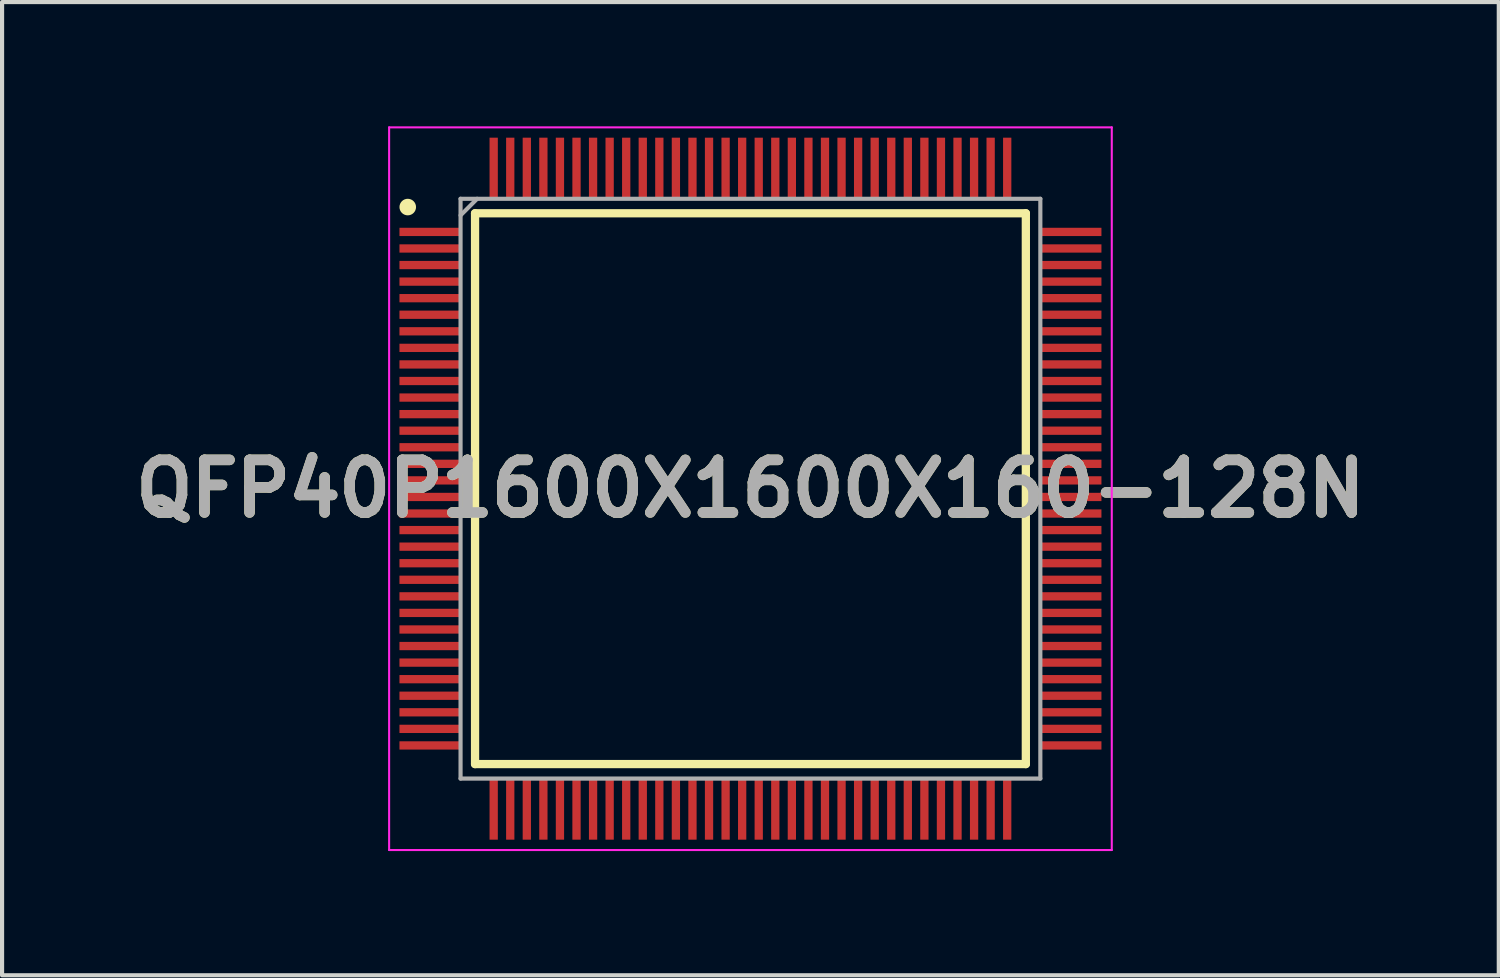
<source format=kicad_pcb>
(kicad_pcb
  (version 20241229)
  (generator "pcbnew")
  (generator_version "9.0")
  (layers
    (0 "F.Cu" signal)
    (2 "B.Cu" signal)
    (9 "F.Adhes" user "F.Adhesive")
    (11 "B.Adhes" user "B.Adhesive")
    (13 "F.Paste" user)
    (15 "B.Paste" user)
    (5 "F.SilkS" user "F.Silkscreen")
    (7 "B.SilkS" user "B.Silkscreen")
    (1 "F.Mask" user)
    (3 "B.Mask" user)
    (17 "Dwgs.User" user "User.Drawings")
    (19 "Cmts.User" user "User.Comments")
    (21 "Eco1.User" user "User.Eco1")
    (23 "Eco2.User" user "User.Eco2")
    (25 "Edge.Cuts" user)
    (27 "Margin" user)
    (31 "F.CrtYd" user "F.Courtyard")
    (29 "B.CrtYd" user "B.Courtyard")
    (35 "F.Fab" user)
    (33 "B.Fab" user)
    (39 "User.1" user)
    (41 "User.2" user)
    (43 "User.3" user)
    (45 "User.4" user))
  (footprint "QFP40P1600X1600X160-128N"
    (layer "F.Cu")
    (at 15.071 8.75)
    (property "Reference" "QFP40P1600X1600X160-128N" (at 0 0 0) (layer "F.SilkS") (effects (font (size 1.27 1.27) (thickness 0.254))))
    (attr smd)
    (fp_line (start -6.65 -6.65) (end 6.65 -6.65) (stroke (width 0.2) (type solid)) (layer "F.SilkS"))
    (fp_line (start -6.65 6.65) (end -6.65 -6.65) (stroke (width 0.2) (type solid)) (layer "F.SilkS"))
    (fp_line (start 6.65 -6.65) (end 6.65 6.65) (stroke (width 0.2) (type solid)) (layer "F.SilkS"))
    (fp_line (start 6.65 6.65) (end -6.65 6.65) (stroke (width 0.2) (type solid)) (layer "F.SilkS"))
    (fp_circle (center -8.275 -6.8) (end -8.275 -6.7) (stroke (width 0.2) (type solid)) (fill no) (layer "F.SilkS"))
    (fp_line (start -8.725 -8.725) (end 8.725 -8.725) (stroke (width 0.05) (type solid)) (layer "F.CrtYd"))
    (fp_line (start -8.725 8.725) (end -8.725 -8.725) (stroke (width 0.05) (type solid)) (layer "F.CrtYd"))
    (fp_line (start 8.725 -8.725) (end 8.725 8.725) (stroke (width 0.05) (type solid)) (layer "F.CrtYd"))
    (fp_line (start 8.725 8.725) (end -8.725 8.725) (stroke (width 0.05) (type solid)) (layer "F.CrtYd"))
    (fp_line (start -7 -7) (end 7 -7) (stroke (width 0.1) (type solid)) (layer "F.Fab"))
    (fp_line (start -7 -6.6) (end -6.6 -7) (stroke (width 0.1) (type solid)) (layer "F.Fab"))
    (fp_line (start -7 7) (end -7 -7) (stroke (width 0.1) (type solid)) (layer "F.Fab"))
    (fp_line (start 7 -7) (end 7 7) (stroke (width 0.1) (type solid)) (layer "F.Fab"))
    (fp_line (start 7 7) (end -7 7) (stroke (width 0.1) (type solid)) (layer "F.Fab"))
    (fp_text user "${REFERENCE}" (at 0 0 0) (layer "F.Fab") (effects (font (size 1.27 1.27) (thickness 0.254))))
    (pad "1" smd rect (at -7.738 -6.2 90) (size 0.2 1.475) (layers "F.Cu" "F.Mask" "F.Paste"))
    (pad "2" smd rect (at -7.738 -5.8 90) (size 0.2 1.475) (layers "F.Cu" "F.Mask" "F.Paste"))
    (pad "3" smd rect (at -7.738 -5.4 90) (size 0.2 1.475) (layers "F.Cu" "F.Mask" "F.Paste"))
    (pad "4" smd rect (at -7.738 -5 90) (size 0.2 1.475) (layers "F.Cu" "F.Mask" "F.Paste"))
    (pad "5" smd rect (at -7.738 -4.6 90) (size 0.2 1.475) (layers "F.Cu" "F.Mask" "F.Paste"))
    (pad "6" smd rect (at -7.738 -4.2 90) (size 0.2 1.475) (layers "F.Cu" "F.Mask" "F.Paste"))
    (pad "7" smd rect (at -7.738 -3.8 90) (size 0.2 1.475) (layers "F.Cu" "F.Mask" "F.Paste"))
    (pad "8" smd rect (at -7.738 -3.4 90) (size 0.2 1.475) (layers "F.Cu" "F.Mask" "F.Paste"))
    (pad "9" smd rect (at -7.738 -3 90) (size 0.2 1.475) (layers "F.Cu" "F.Mask" "F.Paste"))
    (pad "10" smd rect (at -7.738 -2.6 90) (size 0.2 1.475) (layers "F.Cu" "F.Mask" "F.Paste"))
    (pad "11" smd rect (at -7.738 -2.2 90) (size 0.2 1.475) (layers "F.Cu" "F.Mask" "F.Paste"))
    (pad "12" smd rect (at -7.738 -1.8 90) (size 0.2 1.475) (layers "F.Cu" "F.Mask" "F.Paste"))
    (pad "13" smd rect (at -7.738 -1.4 90) (size 0.2 1.475) (layers "F.Cu" "F.Mask" "F.Paste"))
    (pad "14" smd rect (at -7.738 -1 90) (size 0.2 1.475) (layers "F.Cu" "F.Mask" "F.Paste"))
    (pad "15" smd rect (at -7.738 -0.6 90) (size 0.2 1.475) (layers "F.Cu" "F.Mask" "F.Paste"))
    (pad "16" smd rect (at -7.738 -0.2 90) (size 0.2 1.475) (layers "F.Cu" "F.Mask" "F.Paste"))
    (pad "17" smd rect (at -7.738 0.2 90) (size 0.2 1.475) (layers "F.Cu" "F.Mask" "F.Paste"))
    (pad "18" smd rect (at -7.738 0.6 90) (size 0.2 1.475) (layers "F.Cu" "F.Mask" "F.Paste"))
    (pad "19" smd rect (at -7.738 1 90) (size 0.2 1.475) (layers "F.Cu" "F.Mask" "F.Paste"))
    (pad "20" smd rect (at -7.738 1.4 90) (size 0.2 1.475) (layers "F.Cu" "F.Mask" "F.Paste"))
    (pad "21" smd rect (at -7.738 1.8 90) (size 0.2 1.475) (layers "F.Cu" "F.Mask" "F.Paste"))
    (pad "22" smd rect (at -7.738 2.2 90) (size 0.2 1.475) (layers "F.Cu" "F.Mask" "F.Paste"))
    (pad "23" smd rect (at -7.738 2.6 90) (size 0.2 1.475) (layers "F.Cu" "F.Mask" "F.Paste"))
    (pad "24" smd rect (at -7.738 3 90) (size 0.2 1.475) (layers "F.Cu" "F.Mask" "F.Paste"))
    (pad "25" smd rect (at -7.738 3.4 90) (size 0.2 1.475) (layers "F.Cu" "F.Mask" "F.Paste"))
    (pad "26" smd rect (at -7.738 3.8 90) (size 0.2 1.475) (layers "F.Cu" "F.Mask" "F.Paste"))
    (pad "27" smd rect (at -7.738 4.2 90) (size 0.2 1.475) (layers "F.Cu" "F.Mask" "F.Paste"))
    (pad "28" smd rect (at -7.738 4.6 90) (size 0.2 1.475) (layers "F.Cu" "F.Mask" "F.Paste"))
    (pad "29" smd rect (at -7.738 5 90) (size 0.2 1.475) (layers "F.Cu" "F.Mask" "F.Paste"))
    (pad "30" smd rect (at -7.738 5.4 90) (size 0.2 1.475) (layers "F.Cu" "F.Mask" "F.Paste"))
    (pad "31" smd rect (at -7.738 5.8 90) (size 0.2 1.475) (layers "F.Cu" "F.Mask" "F.Paste"))
    (pad "32" smd rect (at -7.738 6.2 90) (size 0.2 1.475) (layers "F.Cu" "F.Mask" "F.Paste"))
    (pad "33" smd rect (at -6.2 7.738) (size 0.2 1.475) (layers "F.Cu" "F.Mask" "F.Paste"))
    (pad "34" smd rect (at -5.8 7.738) (size 0.2 1.475) (layers "F.Cu" "F.Mask" "F.Paste"))
    (pad "35" smd rect (at -5.4 7.738) (size 0.2 1.475) (layers "F.Cu" "F.Mask" "F.Paste"))
    (pad "36" smd rect (at -5 7.738) (size 0.2 1.475) (layers "F.Cu" "F.Mask" "F.Paste"))
    (pad "37" smd rect (at -4.6 7.738) (size 0.2 1.475) (layers "F.Cu" "F.Mask" "F.Paste"))
    (pad "38" smd rect (at -4.2 7.738) (size 0.2 1.475) (layers "F.Cu" "F.Mask" "F.Paste"))
    (pad "39" smd rect (at -3.8 7.738) (size 0.2 1.475) (layers "F.Cu" "F.Mask" "F.Paste"))
    (pad "40" smd rect (at -3.4 7.738) (size 0.2 1.475) (layers "F.Cu" "F.Mask" "F.Paste"))
    (pad "41" smd rect (at -3 7.738) (size 0.2 1.475) (layers "F.Cu" "F.Mask" "F.Paste"))
    (pad "42" smd rect (at -2.6 7.738) (size 0.2 1.475) (layers "F.Cu" "F.Mask" "F.Paste"))
    (pad "43" smd rect (at -2.2 7.738) (size 0.2 1.475) (layers "F.Cu" "F.Mask" "F.Paste"))
    (pad "44" smd rect (at -1.8 7.738) (size 0.2 1.475) (layers "F.Cu" "F.Mask" "F.Paste"))
    (pad "45" smd rect (at -1.4 7.738) (size 0.2 1.475) (layers "F.Cu" "F.Mask" "F.Paste"))
    (pad "46" smd rect (at -1 7.738) (size 0.2 1.475) (layers "F.Cu" "F.Mask" "F.Paste"))
    (pad "47" smd rect (at -0.6 7.738) (size 0.2 1.475) (layers "F.Cu" "F.Mask" "F.Paste"))
    (pad "48" smd rect (at -0.2 7.738) (size 0.2 1.475) (layers "F.Cu" "F.Mask" "F.Paste"))
    (pad "49" smd rect (at 0.2 7.738) (size 0.2 1.475) (layers "F.Cu" "F.Mask" "F.Paste"))
    (pad "50" smd rect (at 0.6 7.738) (size 0.2 1.475) (layers "F.Cu" "F.Mask" "F.Paste"))
    (pad "51" smd rect (at 1 7.738) (size 0.2 1.475) (layers "F.Cu" "F.Mask" "F.Paste"))
    (pad "52" smd rect (at 1.4 7.738) (size 0.2 1.475) (layers "F.Cu" "F.Mask" "F.Paste"))
    (pad "53" smd rect (at 1.8 7.738) (size 0.2 1.475) (layers "F.Cu" "F.Mask" "F.Paste"))
    (pad "54" smd rect (at 2.2 7.738) (size 0.2 1.475) (layers "F.Cu" "F.Mask" "F.Paste"))
    (pad "55" smd rect (at 2.6 7.738) (size 0.2 1.475) (layers "F.Cu" "F.Mask" "F.Paste"))
    (pad "56" smd rect (at 3 7.738) (size 0.2 1.475) (layers "F.Cu" "F.Mask" "F.Paste"))
    (pad "57" smd rect (at 3.4 7.738) (size 0.2 1.475) (layers "F.Cu" "F.Mask" "F.Paste"))
    (pad "58" smd rect (at 3.8 7.738) (size 0.2 1.475) (layers "F.Cu" "F.Mask" "F.Paste"))
    (pad "59" smd rect (at 4.2 7.738) (size 0.2 1.475) (layers "F.Cu" "F.Mask" "F.Paste"))
    (pad "60" smd rect (at 4.6 7.738) (size 0.2 1.475) (layers "F.Cu" "F.Mask" "F.Paste"))
    (pad "61" smd rect (at 5 7.738) (size 0.2 1.475) (layers "F.Cu" "F.Mask" "F.Paste"))
    (pad "62" smd rect (at 5.4 7.738) (size 0.2 1.475) (layers "F.Cu" "F.Mask" "F.Paste"))
    (pad "63" smd rect (at 5.8 7.738) (size 0.2 1.475) (layers "F.Cu" "F.Mask" "F.Paste"))
    (pad "64" smd rect (at 6.2 7.738) (size 0.2 1.475) (layers "F.Cu" "F.Mask" "F.Paste"))
    (pad "65" smd rect (at 7.738 6.2 90) (size 0.2 1.475) (layers "F.Cu" "F.Mask" "F.Paste"))
    (pad "66" smd rect (at 7.738 5.8 90) (size 0.2 1.475) (layers "F.Cu" "F.Mask" "F.Paste"))
    (pad "67" smd rect (at 7.738 5.4 90) (size 0.2 1.475) (layers "F.Cu" "F.Mask" "F.Paste"))
    (pad "68" smd rect (at 7.738 5 90) (size 0.2 1.475) (layers "F.Cu" "F.Mask" "F.Paste"))
    (pad "69" smd rect (at 7.738 4.6 90) (size 0.2 1.475) (layers "F.Cu" "F.Mask" "F.Paste"))
    (pad "70" smd rect (at 7.738 4.2 90) (size 0.2 1.475) (layers "F.Cu" "F.Mask" "F.Paste"))
    (pad "71" smd rect (at 7.738 3.8 90) (size 0.2 1.475) (layers "F.Cu" "F.Mask" "F.Paste"))
    (pad "72" smd rect (at 7.738 3.4 90) (size 0.2 1.475) (layers "F.Cu" "F.Mask" "F.Paste"))
    (pad "73" smd rect (at 7.738 3 90) (size 0.2 1.475) (layers "F.Cu" "F.Mask" "F.Paste"))
    (pad "74" smd rect (at 7.738 2.6 90) (size 0.2 1.475) (layers "F.Cu" "F.Mask" "F.Paste"))
    (pad "75" smd rect (at 7.738 2.2 90) (size 0.2 1.475) (layers "F.Cu" "F.Mask" "F.Paste"))
    (pad "76" smd rect (at 7.738 1.8 90) (size 0.2 1.475) (layers "F.Cu" "F.Mask" "F.Paste"))
    (pad "77" smd rect (at 7.738 1.4 90) (size 0.2 1.475) (layers "F.Cu" "F.Mask" "F.Paste"))
    (pad "78" smd rect (at 7.738 1 90) (size 0.2 1.475) (layers "F.Cu" "F.Mask" "F.Paste"))
    (pad "79" smd rect (at 7.738 0.6 90) (size 0.2 1.475) (layers "F.Cu" "F.Mask" "F.Paste"))
    (pad "80" smd rect (at 7.738 0.2 90) (size 0.2 1.475) (layers "F.Cu" "F.Mask" "F.Paste"))
    (pad "81" smd rect (at 7.738 -0.2 90) (size 0.2 1.475) (layers "F.Cu" "F.Mask" "F.Paste"))
    (pad "82" smd rect (at 7.738 -0.6 90) (size 0.2 1.475) (layers "F.Cu" "F.Mask" "F.Paste"))
    (pad "83" smd rect (at 7.738 -1 90) (size 0.2 1.475) (layers "F.Cu" "F.Mask" "F.Paste"))
    (pad "84" smd rect (at 7.738 -1.4 90) (size 0.2 1.475) (layers "F.Cu" "F.Mask" "F.Paste"))
    (pad "85" smd rect (at 7.738 -1.8 90) (size 0.2 1.475) (layers "F.Cu" "F.Mask" "F.Paste"))
    (pad "86" smd rect (at 7.738 -2.2 90) (size 0.2 1.475) (layers "F.Cu" "F.Mask" "F.Paste"))
    (pad "87" smd rect (at 7.738 -2.6 90) (size 0.2 1.475) (layers "F.Cu" "F.Mask" "F.Paste"))
    (pad "88" smd rect (at 7.738 -3 90) (size 0.2 1.475) (layers "F.Cu" "F.Mask" "F.Paste"))
    (pad "89" smd rect (at 7.738 -3.4 90) (size 0.2 1.475) (layers "F.Cu" "F.Mask" "F.Paste"))
    (pad "90" smd rect (at 7.738 -3.8 90) (size 0.2 1.475) (layers "F.Cu" "F.Mask" "F.Paste"))
    (pad "91" smd rect (at 7.738 -4.2 90) (size 0.2 1.475) (layers "F.Cu" "F.Mask" "F.Paste"))
    (pad "92" smd rect (at 7.738 -4.6 90) (size 0.2 1.475) (layers "F.Cu" "F.Mask" "F.Paste"))
    (pad "93" smd rect (at 7.738 -5 90) (size 0.2 1.475) (layers "F.Cu" "F.Mask" "F.Paste"))
    (pad "94" smd rect (at 7.738 -5.4 90) (size 0.2 1.475) (layers "F.Cu" "F.Mask" "F.Paste"))
    (pad "95" smd rect (at 7.738 -5.8 90) (size 0.2 1.475) (layers "F.Cu" "F.Mask" "F.Paste"))
    (pad "96" smd rect (at 7.738 -6.2 90) (size 0.2 1.475) (layers "F.Cu" "F.Mask" "F.Paste"))
    (pad "97" smd rect (at 6.2 -7.738) (size 0.2 1.475) (layers "F.Cu" "F.Mask" "F.Paste"))
    (pad "98" smd rect (at 5.8 -7.738) (size 0.2 1.475) (layers "F.Cu" "F.Mask" "F.Paste"))
    (pad "99" smd rect (at 5.4 -7.738) (size 0.2 1.475) (layers "F.Cu" "F.Mask" "F.Paste"))
    (pad "100" smd rect (at 5 -7.738) (size 0.2 1.475) (layers "F.Cu" "F.Mask" "F.Paste"))
    (pad "101" smd rect (at 4.6 -7.738) (size 0.2 1.475) (layers "F.Cu" "F.Mask" "F.Paste"))
    (pad "102" smd rect (at 4.2 -7.738) (size 0.2 1.475) (layers "F.Cu" "F.Mask" "F.Paste"))
    (pad "103" smd rect (at 3.8 -7.738) (size 0.2 1.475) (layers "F.Cu" "F.Mask" "F.Paste"))
    (pad "104" smd rect (at 3.4 -7.738) (size 0.2 1.475) (layers "F.Cu" "F.Mask" "F.Paste"))
    (pad "105" smd rect (at 3 -7.738) (size 0.2 1.475) (layers "F.Cu" "F.Mask" "F.Paste"))
    (pad "106" smd rect (at 2.6 -7.738) (size 0.2 1.475) (layers "F.Cu" "F.Mask" "F.Paste"))
    (pad "107" smd rect (at 2.2 -7.738) (size 0.2 1.475) (layers "F.Cu" "F.Mask" "F.Paste"))
    (pad "108" smd rect (at 1.8 -7.738) (size 0.2 1.475) (layers "F.Cu" "F.Mask" "F.Paste"))
    (pad "109" smd rect (at 1.4 -7.738) (size 0.2 1.475) (layers "F.Cu" "F.Mask" "F.Paste"))
    (pad "110" smd rect (at 1 -7.738) (size 0.2 1.475) (layers "F.Cu" "F.Mask" "F.Paste"))
    (pad "111" smd rect (at 0.6 -7.738) (size 0.2 1.475) (layers "F.Cu" "F.Mask" "F.Paste"))
    (pad "112" smd rect (at 0.2 -7.738) (size 0.2 1.475) (layers "F.Cu" "F.Mask" "F.Paste"))
    (pad "113" smd rect (at -0.2 -7.738) (size 0.2 1.475) (layers "F.Cu" "F.Mask" "F.Paste"))
    (pad "114" smd rect (at -0.6 -7.738) (size 0.2 1.475) (layers "F.Cu" "F.Mask" "F.Paste"))
    (pad "115" smd rect (at -1 -7.738) (size 0.2 1.475) (layers "F.Cu" "F.Mask" "F.Paste"))
    (pad "116" smd rect (at -1.4 -7.738) (size 0.2 1.475) (layers "F.Cu" "F.Mask" "F.Paste"))
    (pad "117" smd rect (at -1.8 -7.738) (size 0.2 1.475) (layers "F.Cu" "F.Mask" "F.Paste"))
    (pad "118" smd rect (at -2.2 -7.738) (size 0.2 1.475) (layers "F.Cu" "F.Mask" "F.Paste"))
    (pad "119" smd rect (at -2.6 -7.738) (size 0.2 1.475) (layers "F.Cu" "F.Mask" "F.Paste"))
    (pad "120" smd rect (at -3 -7.738) (size 0.2 1.475) (layers "F.Cu" "F.Mask" "F.Paste"))
    (pad "121" smd rect (at -3.4 -7.738) (size 0.2 1.475) (layers "F.Cu" "F.Mask" "F.Paste"))
    (pad "122" smd rect (at -3.8 -7.738) (size 0.2 1.475) (layers "F.Cu" "F.Mask" "F.Paste"))
    (pad "123" smd rect (at -4.2 -7.738) (size 0.2 1.475) (layers "F.Cu" "F.Mask" "F.Paste"))
    (pad "124" smd rect (at -4.6 -7.738) (size 0.2 1.475) (layers "F.Cu" "F.Mask" "F.Paste"))
    (pad "125" smd rect (at -5 -7.738) (size 0.2 1.475) (layers "F.Cu" "F.Mask" "F.Paste"))
    (pad "126" smd rect (at -5.4 -7.738) (size 0.2 1.475) (layers "F.Cu" "F.Mask" "F.Paste"))
    (pad "127" smd rect (at -5.8 -7.738) (size 0.2 1.475) (layers "F.Cu" "F.Mask" "F.Paste"))
    (pad "128" smd rect (at -6.2 -7.738) (size 0.2 1.475) (layers "F.Cu" "F.Mask" "F.Paste")))
  (gr_rect
    (start -3 -3)
    (end 33.141 20.5)
    (stroke (width 0.1) (type default))
    (fill no)
    (layer "Edge.Cuts")))
</source>
